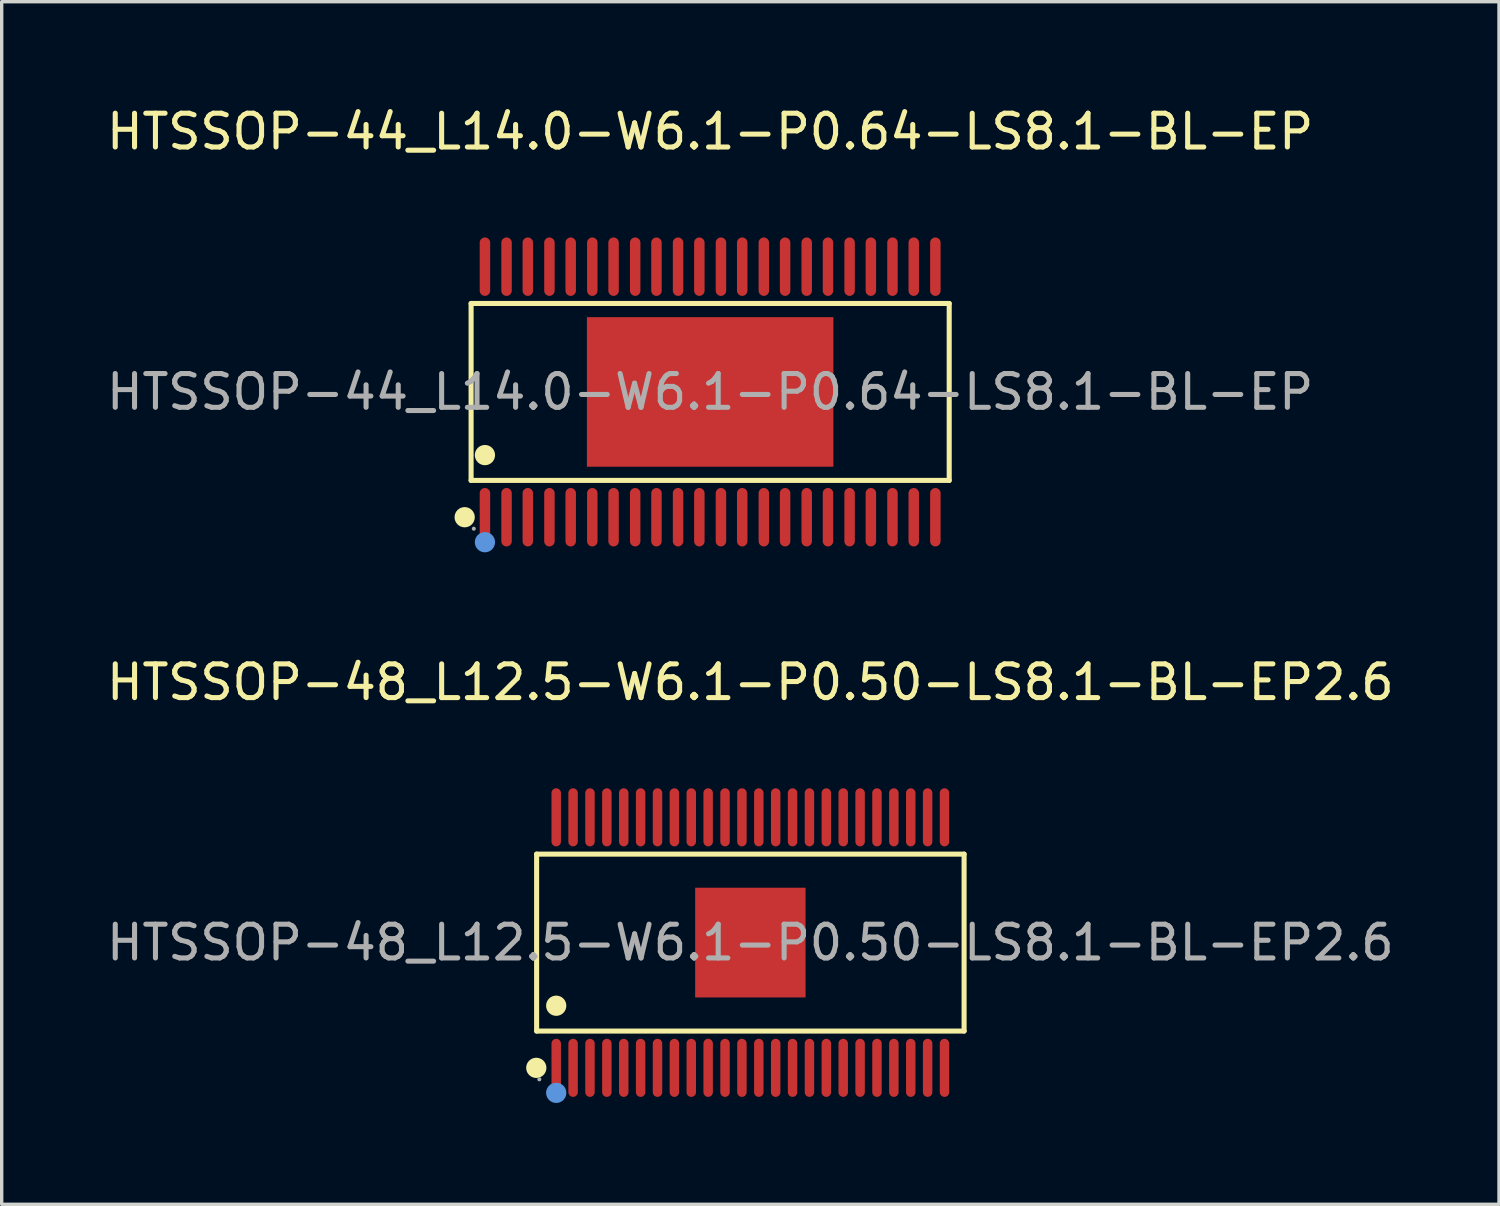
<source format=kicad_pcb>
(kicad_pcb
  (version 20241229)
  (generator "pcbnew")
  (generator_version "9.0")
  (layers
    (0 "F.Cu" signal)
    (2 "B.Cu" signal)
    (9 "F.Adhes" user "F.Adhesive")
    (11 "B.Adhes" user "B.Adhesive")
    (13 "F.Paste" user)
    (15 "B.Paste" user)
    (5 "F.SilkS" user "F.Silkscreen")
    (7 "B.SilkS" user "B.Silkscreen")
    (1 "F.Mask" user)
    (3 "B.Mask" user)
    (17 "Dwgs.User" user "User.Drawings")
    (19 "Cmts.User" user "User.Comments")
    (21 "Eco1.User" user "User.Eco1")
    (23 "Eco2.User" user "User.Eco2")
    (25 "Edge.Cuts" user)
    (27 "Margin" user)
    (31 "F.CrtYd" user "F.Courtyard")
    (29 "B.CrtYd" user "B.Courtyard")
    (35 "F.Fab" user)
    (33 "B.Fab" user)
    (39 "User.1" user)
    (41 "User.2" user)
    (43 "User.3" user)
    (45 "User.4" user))
  (footprint "HTSSOP-44_L14.0-W6.1-P0.64-LS8.1-BL-EP"
    (layer "F.Cu")
    (at 17.982 8.558)
    (property "Reference" "HTSSOP-44_L14.0-W6.1-P0.64-LS8.1-BL-EP" (at 0 -7.71 0) (layer "F.SilkS") (effects (font (size 1 1) (thickness 0.15))))
    (attr through_hole)
    (fp_line (start -7.08 -2.62) (end 7.08 -2.62) (stroke (width 0.15) (type solid)) (layer "F.SilkS"))
    (fp_line (start -7.08 2.62) (end -7.08 -2.62) (stroke (width 0.15) (type solid)) (layer "F.SilkS"))
    (fp_line (start 7.08 -2.62) (end 7.08 2.62) (stroke (width 0.15) (type solid)) (layer "F.SilkS"))
    (fp_line (start 7.08 2.62) (end -7.08 2.62) (stroke (width 0.15) (type solid)) (layer "F.SilkS"))
    (fp_circle (center -7.27 3.71) (end -7.12 3.71) (stroke (width 0.3) (type solid)) (fill no) (layer "F.SilkS"))
    (fp_circle (center -6.67 1.87) (end -6.52 1.87) (stroke (width 0.3) (type solid)) (fill no) (layer "F.SilkS"))
    (fp_circle (center -6.67 4.45) (end -6.52 4.45) (stroke (width 0.3) (type solid)) (fill no) (layer "Cmts.User"))
    (fp_circle (center -7 4.05) (end -6.97 4.05) (stroke (width 0.06) (type solid)) (fill no) (layer "F.Fab"))
    (fp_text user "${REFERENCE}" (at 0 0 0) (layer "F.Fab") (effects (font (size 1 1) (thickness 0.15))))
    (pad "1" smd oval (at -6.67 3.71) (size 0.31 1.73) (layers "F.Cu" "F.Mask" "F.Paste"))
    (pad "2" smd oval (at -6.03 3.71) (size 0.31 1.73) (layers "F.Cu" "F.Mask" "F.Paste"))
    (pad "3" smd oval (at -5.4 3.71) (size 0.31 1.73) (layers "F.Cu" "F.Mask" "F.Paste"))
    (pad "4" smd oval (at -4.76 3.71) (size 0.31 1.73) (layers "F.Cu" "F.Mask" "F.Paste"))
    (pad "5" smd oval (at -4.13 3.71) (size 0.31 1.73) (layers "F.Cu" "F.Mask" "F.Paste"))
    (pad "6" smd oval (at -3.49 3.71) (size 0.31 1.73) (layers "F.Cu" "F.Mask" "F.Paste"))
    (pad "7" smd oval (at -2.86 3.71) (size 0.31 1.73) (layers "F.Cu" "F.Mask" "F.Paste"))
    (pad "8" smd oval (at -2.22 3.71) (size 0.31 1.73) (layers "F.Cu" "F.Mask" "F.Paste"))
    (pad "9" smd oval (at -1.59 3.71) (size 0.31 1.73) (layers "F.Cu" "F.Mask" "F.Paste"))
    (pad "10" smd oval (at -0.95 3.71) (size 0.31 1.73) (layers "F.Cu" "F.Mask" "F.Paste"))
    (pad "11" smd oval (at -0.32 3.71) (size 0.31 1.73) (layers "F.Cu" "F.Mask" "F.Paste"))
    (pad "12" smd oval (at 0.32 3.71) (size 0.31 1.73) (layers "F.Cu" "F.Mask" "F.Paste"))
    (pad "13" smd oval (at 0.95 3.71) (size 0.31 1.73) (layers "F.Cu" "F.Mask" "F.Paste"))
    (pad "14" smd oval (at 1.59 3.71) (size 0.31 1.73) (layers "F.Cu" "F.Mask" "F.Paste"))
    (pad "15" smd oval (at 2.22 3.71) (size 0.31 1.73) (layers "F.Cu" "F.Mask" "F.Paste"))
    (pad "16" smd oval (at 2.86 3.71) (size 0.31 1.73) (layers "F.Cu" "F.Mask" "F.Paste"))
    (pad "17" smd oval (at 3.49 3.71) (size 0.31 1.73) (layers "F.Cu" "F.Mask" "F.Paste"))
    (pad "18" smd oval (at 4.13 3.71) (size 0.31 1.73) (layers "F.Cu" "F.Mask" "F.Paste"))
    (pad "19" smd oval (at 4.76 3.71) (size 0.31 1.73) (layers "F.Cu" "F.Mask" "F.Paste"))
    (pad "20" smd oval (at 5.4 3.71) (size 0.31 1.73) (layers "F.Cu" "F.Mask" "F.Paste"))
    (pad "21" smd oval (at 6.03 3.71) (size 0.31 1.73) (layers "F.Cu" "F.Mask" "F.Paste"))
    (pad "22" smd oval (at 6.67 3.71) (size 0.31 1.73) (layers "F.Cu" "F.Mask" "F.Paste"))
    (pad "23" smd oval (at 6.67 -3.71) (size 0.31 1.73) (layers "F.Cu" "F.Mask" "F.Paste"))
    (pad "24" smd oval (at 6.03 -3.71) (size 0.31 1.73) (layers "F.Cu" "F.Mask" "F.Paste"))
    (pad "25" smd oval (at 5.4 -3.71) (size 0.31 1.73) (layers "F.Cu" "F.Mask" "F.Paste"))
    (pad "26" smd oval (at 4.76 -3.71) (size 0.31 1.73) (layers "F.Cu" "F.Mask" "F.Paste"))
    (pad "27" smd oval (at 4.13 -3.71) (size 0.31 1.73) (layers "F.Cu" "F.Mask" "F.Paste"))
    (pad "28" smd oval (at 3.49 -3.71) (size 0.31 1.73) (layers "F.Cu" "F.Mask" "F.Paste"))
    (pad "29" smd oval (at 2.86 -3.71) (size 0.31 1.73) (layers "F.Cu" "F.Mask" "F.Paste"))
    (pad "30" smd oval (at 2.22 -3.71) (size 0.31 1.73) (layers "F.Cu" "F.Mask" "F.Paste"))
    (pad "31" smd oval (at 1.59 -3.71) (size 0.31 1.73) (layers "F.Cu" "F.Mask" "F.Paste"))
    (pad "32" smd oval (at 0.95 -3.71) (size 0.31 1.73) (layers "F.Cu" "F.Mask" "F.Paste"))
    (pad "33" smd oval (at 0.32 -3.71) (size 0.31 1.73) (layers "F.Cu" "F.Mask" "F.Paste"))
    (pad "34" smd oval (at -0.32 -3.71) (size 0.31 1.73) (layers "F.Cu" "F.Mask" "F.Paste"))
    (pad "35" smd oval (at -0.95 -3.71) (size 0.31 1.73) (layers "F.Cu" "F.Mask" "F.Paste"))
    (pad "36" smd oval (at -1.59 -3.71) (size 0.31 1.73) (layers "F.Cu" "F.Mask" "F.Paste"))
    (pad "37" smd oval (at -2.22 -3.71) (size 0.31 1.73) (layers "F.Cu" "F.Mask" "F.Paste"))
    (pad "38" smd oval (at -2.86 -3.71) (size 0.31 1.73) (layers "F.Cu" "F.Mask" "F.Paste"))
    (pad "39" smd oval (at -3.49 -3.71) (size 0.31 1.73) (layers "F.Cu" "F.Mask" "F.Paste"))
    (pad "40" smd oval (at -4.13 -3.71) (size 0.31 1.73) (layers "F.Cu" "F.Mask" "F.Paste"))
    (pad "41" smd oval (at -4.76 -3.71) (size 0.31 1.73) (layers "F.Cu" "F.Mask" "F.Paste"))
    (pad "42" smd oval (at -5.4 -3.71) (size 0.31 1.73) (layers "F.Cu" "F.Mask" "F.Paste"))
    (pad "43" smd oval (at -6.03 -3.71) (size 0.31 1.73) (layers "F.Cu" "F.Mask" "F.Paste"))
    (pad "44" smd oval (at -6.67 -3.71) (size 0.31 1.73) (layers "F.Cu" "F.Mask" "F.Paste"))
    (pad "45" smd rect (at 0 0 90) (size 4.43 7.3) (layers "F.Cu" "F.Mask" "F.Paste")))
  (footprint "HTSSOP-48_L12.5-W6.1-P0.50-LS8.1-BL-EP2.6"
    (layer "F.Cu")
    (at 19.173 24.866)
    (property "Reference" "HTSSOP-48_L12.5-W6.1-P0.50-LS8.1-BL-EP2.6" (at 0 -7.71 0) (layer "F.SilkS") (effects (font (size 1 1) (thickness 0.15))))
    (attr through_hole)
    (fp_line (start -6.33 -2.62) (end 6.33 -2.62) (stroke (width 0.15) (type solid)) (layer "F.SilkS"))
    (fp_line (start -6.33 2.62) (end -6.33 -2.62) (stroke (width 0.15) (type solid)) (layer "F.SilkS"))
    (fp_line (start 6.33 -2.62) (end 6.33 2.62) (stroke (width 0.15) (type solid)) (layer "F.SilkS"))
    (fp_line (start 6.33 2.62) (end -6.33 2.62) (stroke (width 0.15) (type solid)) (layer "F.SilkS"))
    (fp_circle (center -6.34 3.71) (end -6.19 3.71) (stroke (width 0.3) (type solid)) (fill no) (layer "F.SilkS"))
    (fp_circle (center -5.75 1.87) (end -5.6 1.87) (stroke (width 0.3) (type solid)) (fill no) (layer "F.SilkS"))
    (fp_circle (center -5.75 4.45) (end -5.6 4.45) (stroke (width 0.3) (type solid)) (fill no) (layer "Cmts.User"))
    (fp_circle (center -6.25 4.05) (end -6.22 4.05) (stroke (width 0.06) (type solid)) (fill no) (layer "F.Fab"))
    (fp_text user "${REFERENCE}" (at 0 0 0) (layer "F.Fab") (effects (font (size 1 1) (thickness 0.15))))
    (pad "1" smd oval (at -5.75 3.71) (size 0.28 1.72) (layers "F.Cu" "F.Mask" "F.Paste"))
    (pad "2" smd oval (at -5.25 3.71) (size 0.28 1.72) (layers "F.Cu" "F.Mask" "F.Paste"))
    (pad "3" smd oval (at -4.75 3.71) (size 0.28 1.72) (layers "F.Cu" "F.Mask" "F.Paste"))
    (pad "4" smd oval (at -4.25 3.71) (size 0.28 1.72) (layers "F.Cu" "F.Mask" "F.Paste"))
    (pad "5" smd oval (at -3.75 3.71) (size 0.28 1.72) (layers "F.Cu" "F.Mask" "F.Paste"))
    (pad "6" smd oval (at -3.25 3.71) (size 0.28 1.72) (layers "F.Cu" "F.Mask" "F.Paste"))
    (pad "7" smd oval (at -2.75 3.71) (size 0.28 1.72) (layers "F.Cu" "F.Mask" "F.Paste"))
    (pad "8" smd oval (at -2.25 3.71) (size 0.28 1.72) (layers "F.Cu" "F.Mask" "F.Paste"))
    (pad "9" smd oval (at -1.75 3.71) (size 0.28 1.72) (layers "F.Cu" "F.Mask" "F.Paste"))
    (pad "10" smd oval (at -1.25 3.71) (size 0.28 1.72) (layers "F.Cu" "F.Mask" "F.Paste"))
    (pad "11" smd oval (at -0.75 3.71) (size 0.28 1.72) (layers "F.Cu" "F.Mask" "F.Paste"))
    (pad "12" smd oval (at -0.25 3.71) (size 0.28 1.72) (layers "F.Cu" "F.Mask" "F.Paste"))
    (pad "13" smd oval (at 0.25 3.71) (size 0.28 1.72) (layers "F.Cu" "F.Mask" "F.Paste"))
    (pad "14" smd oval (at 0.75 3.71) (size 0.28 1.72) (layers "F.Cu" "F.Mask" "F.Paste"))
    (pad "15" smd oval (at 1.25 3.71) (size 0.28 1.72) (layers "F.Cu" "F.Mask" "F.Paste"))
    (pad "16" smd oval (at 1.75 3.71) (size 0.28 1.72) (layers "F.Cu" "F.Mask" "F.Paste"))
    (pad "17" smd oval (at 2.25 3.71) (size 0.28 1.72) (layers "F.Cu" "F.Mask" "F.Paste"))
    (pad "18" smd oval (at 2.75 3.71) (size 0.28 1.72) (layers "F.Cu" "F.Mask" "F.Paste"))
    (pad "19" smd oval (at 3.25 3.71) (size 0.28 1.72) (layers "F.Cu" "F.Mask" "F.Paste"))
    (pad "20" smd oval (at 3.75 3.71) (size 0.28 1.72) (layers "F.Cu" "F.Mask" "F.Paste"))
    (pad "21" smd oval (at 4.25 3.71) (size 0.28 1.72) (layers "F.Cu" "F.Mask" "F.Paste"))
    (pad "22" smd oval (at 4.75 3.71) (size 0.28 1.72) (layers "F.Cu" "F.Mask" "F.Paste"))
    (pad "23" smd oval (at 5.25 3.71) (size 0.28 1.72) (layers "F.Cu" "F.Mask" "F.Paste"))
    (pad "24" smd oval (at 5.75 3.71) (size 0.28 1.72) (layers "F.Cu" "F.Mask" "F.Paste"))
    (pad "25" smd oval (at 5.75 -3.71) (size 0.28 1.72) (layers "F.Cu" "F.Mask" "F.Paste"))
    (pad "26" smd oval (at 5.25 -3.71) (size 0.28 1.72) (layers "F.Cu" "F.Mask" "F.Paste"))
    (pad "27" smd oval (at 4.75 -3.71) (size 0.28 1.72) (layers "F.Cu" "F.Mask" "F.Paste"))
    (pad "28" smd oval (at 4.25 -3.71) (size 0.28 1.72) (layers "F.Cu" "F.Mask" "F.Paste"))
    (pad "29" smd oval (at 3.75 -3.71) (size 0.28 1.72) (layers "F.Cu" "F.Mask" "F.Paste"))
    (pad "30" smd oval (at 3.25 -3.71) (size 0.28 1.72) (layers "F.Cu" "F.Mask" "F.Paste"))
    (pad "31" smd oval (at 2.75 -3.71) (size 0.28 1.72) (layers "F.Cu" "F.Mask" "F.Paste"))
    (pad "32" smd oval (at 2.25 -3.71) (size 0.28 1.72) (layers "F.Cu" "F.Mask" "F.Paste"))
    (pad "33" smd oval (at 1.75 -3.71) (size 0.28 1.72) (layers "F.Cu" "F.Mask" "F.Paste"))
    (pad "34" smd oval (at 1.25 -3.71) (size 0.28 1.72) (layers "F.Cu" "F.Mask" "F.Paste"))
    (pad "35" smd oval (at 0.75 -3.71) (size 0.28 1.72) (layers "F.Cu" "F.Mask" "F.Paste"))
    (pad "36" smd oval (at 0.25 -3.71) (size 0.28 1.72) (layers "F.Cu" "F.Mask" "F.Paste"))
    (pad "37" smd oval (at -0.25 -3.71) (size 0.28 1.72) (layers "F.Cu" "F.Mask" "F.Paste"))
    (pad "38" smd oval (at -0.75 -3.71) (size 0.28 1.72) (layers "F.Cu" "F.Mask" "F.Paste"))
    (pad "39" smd oval (at -1.25 -3.71) (size 0.28 1.72) (layers "F.Cu" "F.Mask" "F.Paste"))
    (pad "40" smd oval (at -1.75 -3.71) (size 0.28 1.72) (layers "F.Cu" "F.Mask" "F.Paste"))
    (pad "41" smd oval (at -2.25 -3.71) (size 0.28 1.72) (layers "F.Cu" "F.Mask" "F.Paste"))
    (pad "42" smd oval (at -2.75 -3.71) (size 0.28 1.72) (layers "F.Cu" "F.Mask" "F.Paste"))
    (pad "43" smd oval (at -3.25 -3.71) (size 0.28 1.72) (layers "F.Cu" "F.Mask" "F.Paste"))
    (pad "44" smd oval (at -3.75 -3.71) (size 0.28 1.72) (layers "F.Cu" "F.Mask" "F.Paste"))
    (pad "45" smd oval (at -4.25 -3.71) (size 0.28 1.72) (layers "F.Cu" "F.Mask" "F.Paste"))
    (pad "46" smd oval (at -4.75 -3.71) (size 0.28 1.72) (layers "F.Cu" "F.Mask" "F.Paste"))
    (pad "47" smd oval (at -5.25 -3.71) (size 0.28 1.72) (layers "F.Cu" "F.Mask" "F.Paste"))
    (pad "48" smd oval (at -5.75 -3.71) (size 0.28 1.72) (layers "F.Cu" "F.Mask" "F.Paste"))
    (pad "49" smd rect (at 0 0) (size 3.27 3.25) (layers "F.Cu" "F.Mask" "F.Paste")))
  (gr_rect
    (start -3 -3)
    (end 41.345 32.617)
    (stroke (width 0.1) (type default))
    (fill no)
    (layer "Edge.Cuts")))
</source>
